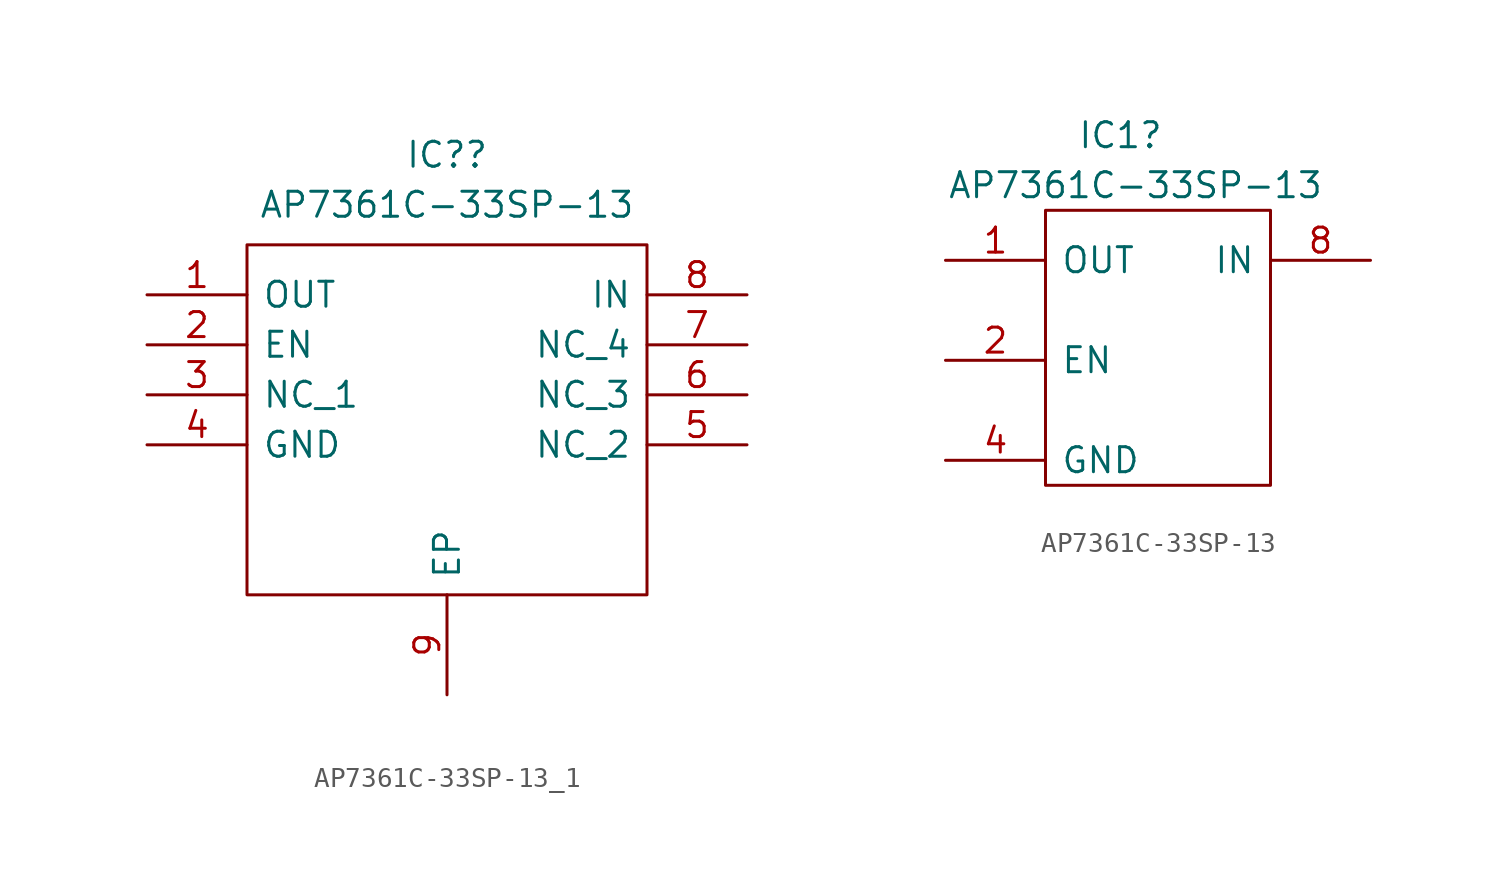
<source format=kicad_sym>
(kicad_symbol_lib
  (version 20211014)
  (generator kicad_symbol_editor)
  (symbol "AP7361C-33SP-13_1"
    (pin_names
      (offset 0.762))
    (property "Reference" "IC?"
      (at 15.24 7.112 0)
      (effects (font (size 1.27 1.27))))
    (property "Value" "AP7361C-33SP-13"
      (at 15.24 4.572 0)
      (effects (font (size 1.27 1.27))))
    (symbol "AP7361C-33SP-13_1_0_0"
      (pin passive line (at 0 0 0) (length 5.08) (name "OUT" (effects (font (size 1.27 1.27)))) (number "1" (effects (font (size 1.27 1.27)))))
      (pin passive line (at 0 -2.54 0) (length 5.08) (name "EN" (effects (font (size 1.27 1.27)))) (number "2" (effects (font (size 1.27 1.27)))))
      (pin passive line (at 0 -5.08 0) (length 5.08) (name "NC_1" (effects (font (size 1.27 1.27)))) (number "3" (effects (font (size 1.27 1.27)))))
      (pin passive line (at 0 -7.62 0) (length 5.08) (name "GND" (effects (font (size 1.27 1.27)))) (number "4" (effects (font (size 1.27 1.27)))))
      (pin passive line (at 30.48 -7.62 180) (length 5.08) (name "NC_2" (effects (font (size 1.27 1.27)))) (number "5" (effects (font (size 1.27 1.27)))))
      (pin passive line (at 30.48 -5.08 180) (length 5.08) (name "NC_3" (effects (font (size 1.27 1.27)))) (number "6" (effects (font (size 1.27 1.27)))))
      (pin passive line (at 30.48 -2.54 180) (length 5.08) (name "NC_4" (effects (font (size 1.27 1.27)))) (number "7" (effects (font (size 1.27 1.27)))))
      (pin passive line (at 30.48 0 180) (length 5.08) (name "IN" (effects (font (size 1.27 1.27)))) (number "8" (effects (font (size 1.27 1.27)))))
      (pin passive line (at 15.24 -20.32 90) (length 5.08) (name "EP" (effects (font (size 1.27 1.27)))) (number "9" (effects (font (size 1.27 1.27))))))
    (symbol "AP7361C-33SP-13_1_0_1"
      (polyline (pts (xy 5.08 2.54) (xy 25.4 2.54) (xy 25.4 -15.24) (xy 5.08 -15.24) (xy 5.08 2.54)) (stroke (width 0.152) (type default) (color 0 0 0 0)) (fill (type none)))))
  (symbol "AP7361C-33SP-13"
    (pin_names
      (offset 0.762))
    (property "Reference" "IC1"
      (at 8.89 6.35 0)
      (effects (font (size 1.27 1.27))))
    (property "Value" "AP7361C-33SP-13"
      (at 9.652 3.81 0)
      (effects (font (size 1.27 1.27))))
    (symbol "AP7361C-33SP-13_0_0"
      (pin power_out line (at 0 0 0) (length 5.08) (name "OUT" (effects (font (size 1.27 1.27)))) (number "1" (effects (font (size 1.27 1.27)))))
      (pin input line (at 0 -5.08 0) (length 5.08) (name "EN" (effects (font (size 1.27 1.27)))) (number "2" (effects (font (size 1.27 1.27)))))
      (pin no_connect line (at 8.89 -5.08 180) (length 0) hide (name "NC_1" (effects (font (size 0.5 0.5)))) (number "3" (effects (font (size 0.5 0.5)))))
      (pin power_in line (at 0 -10.16 0) (length 5.08) (name "GND" (effects (font (size 1.27 1.27)))) (number "4" (effects (font (size 1.27 1.27)))))
      (pin no_connect line (at 8.89 -5.08 180) (length 0) hide (name "NC_2" (effects (font (size 0.5 0.5)))) (number "5" (effects (font (size 0.5 0.5)))))
      (pin no_connect line (at 8.89 -5.08 180) (length 0) hide (name "NC_3" (effects (font (size 0.5 0.5)))) (number "6" (effects (font (size 0.5 0.5)))))
      (pin no_connect line (at 8.89 -5.08 180) (length 0) hide (name "NC_4" (effects (font (size 0.5 0.5)))) (number "7" (effects (font (size 0.5 0.5)))))
      (pin power_in line (at 21.59 0 180) (length 5.08) (name "IN" (effects (font (size 1.27 1.27)))) (number "8" (effects (font (size 1.27 1.27)))))
      (pin no_connect line (at 8.89 -3.81 180) (length 0) hide (name "EP" (effects (font (size 0.5 0.5)))) (number "9" (effects (font (size 0.5 0.5))))))
    (symbol "AP7361C-33SP-13_0_1"
      (polyline (pts (xy 5.08 2.54) (xy 16.51 2.54) (xy 16.51 -11.43) (xy 5.08 -11.43) (xy 5.08 2.54)) (stroke (width 0.152) (type default) (color 0 0 0 0)) (fill (type none))))))
</source>
